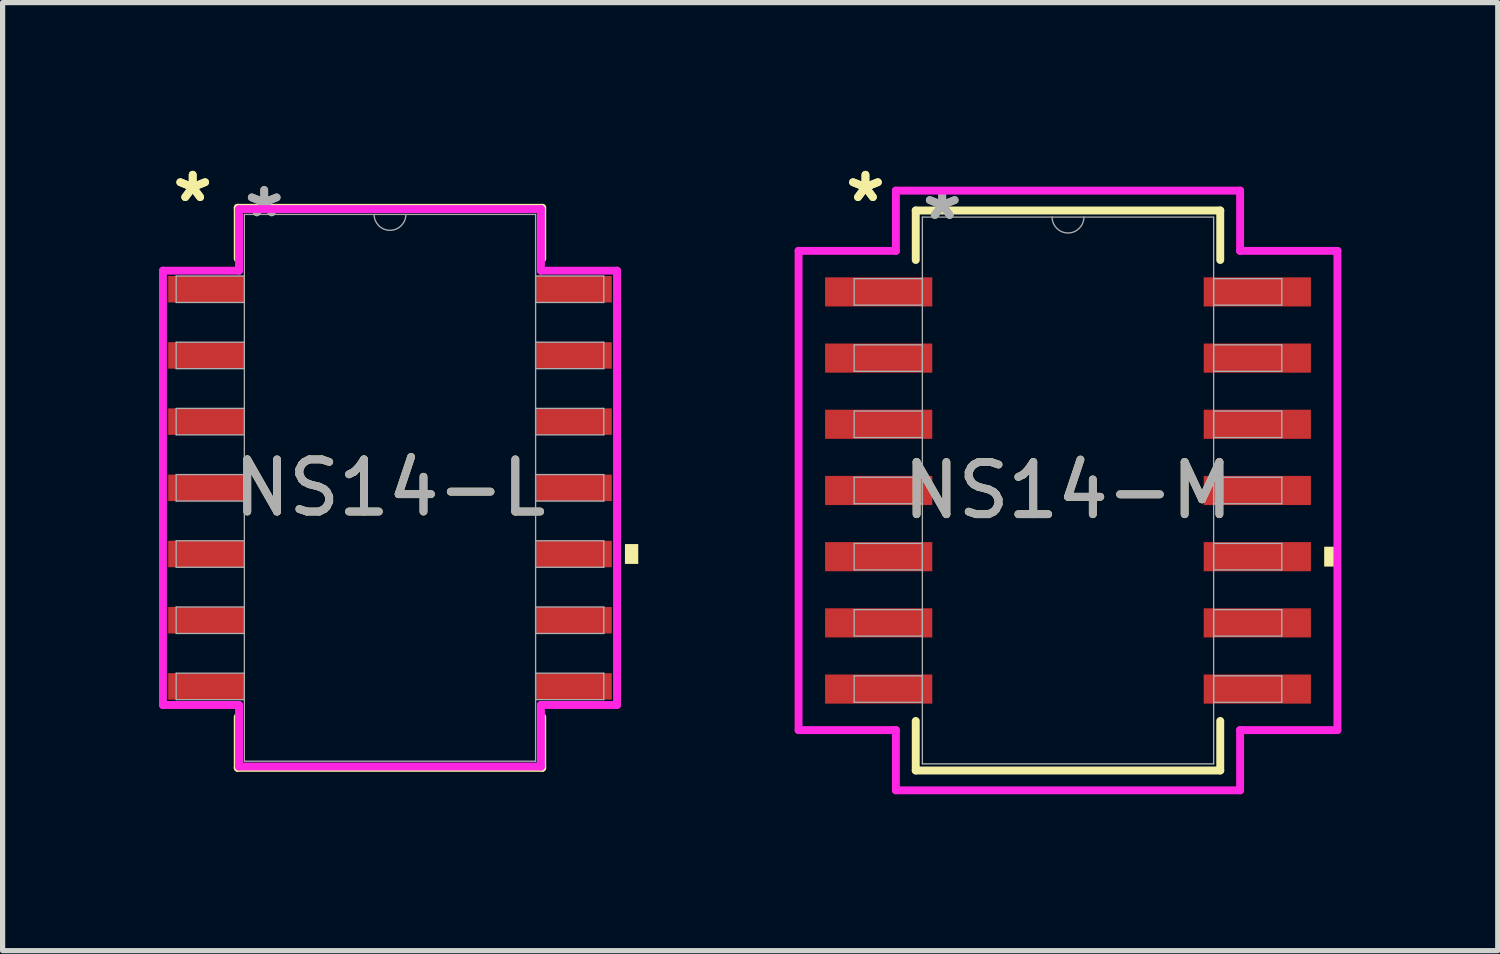
<source format=kicad_pcb>
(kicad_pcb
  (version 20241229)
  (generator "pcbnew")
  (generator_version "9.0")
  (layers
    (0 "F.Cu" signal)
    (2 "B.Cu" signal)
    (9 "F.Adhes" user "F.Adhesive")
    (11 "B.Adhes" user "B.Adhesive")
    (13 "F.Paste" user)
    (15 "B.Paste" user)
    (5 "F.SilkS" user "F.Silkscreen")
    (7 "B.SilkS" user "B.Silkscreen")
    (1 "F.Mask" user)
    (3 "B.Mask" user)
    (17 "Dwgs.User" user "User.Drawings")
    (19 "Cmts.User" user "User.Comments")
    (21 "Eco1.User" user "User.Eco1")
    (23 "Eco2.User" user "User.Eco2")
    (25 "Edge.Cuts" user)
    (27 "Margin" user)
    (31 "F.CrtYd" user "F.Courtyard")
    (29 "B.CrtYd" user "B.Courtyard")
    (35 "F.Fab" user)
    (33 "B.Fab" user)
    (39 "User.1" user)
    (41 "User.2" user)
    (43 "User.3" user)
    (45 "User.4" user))
  (footprint "NS14-M"
    (layer "F.Cu")
    (at 17.44 6.36)
    (property "Reference" "NS14-M" (at 0 0 0) (unlocked yes) (layer "F.SilkS") (effects (font (size 1 1) (thickness 0.15))))
    (attr smd)
    (fp_line (start -2.921 -5.372) (end -2.921 -4.422) (stroke (width 0.152) (type solid)) (layer "F.SilkS"))
    (fp_line (start -2.921 4.422) (end -2.921 5.372) (stroke (width 0.152) (type solid)) (layer "F.SilkS"))
    (fp_line (start -2.921 5.372) (end 2.921 5.372) (stroke (width 0.152) (type solid)) (layer "F.SilkS"))
    (fp_line (start 2.921 -5.372) (end -2.921 -5.372) (stroke (width 0.152) (type solid)) (layer "F.SilkS"))
    (fp_line (start 2.921 -4.422) (end 2.921 -5.372) (stroke (width 0.152) (type solid)) (layer "F.SilkS"))
    (fp_line (start 2.921 5.372) (end 2.921 4.422) (stroke (width 0.152) (type solid)) (layer "F.SilkS"))
    (fp_poly (pts (xy 5.169 1.079) (xy 5.169 1.46) (xy 4.915 1.46) (xy 4.915 1.079)) (stroke (width 0) (type solid)) (fill yes) (layer "F.SilkS"))
    (fp_line (start -5.169 -4.597) (end -3.302 -4.597) (stroke (width 0.152) (type solid)) (layer "F.CrtYd"))
    (fp_line (start -5.169 4.597) (end -5.169 -4.597) (stroke (width 0.152) (type solid)) (layer "F.CrtYd"))
    (fp_line (start -5.169 4.597) (end -3.302 4.597) (stroke (width 0.152) (type solid)) (layer "F.CrtYd"))
    (fp_line (start -3.302 -5.753) (end 3.302 -5.753) (stroke (width 0.152) (type solid)) (layer "F.CrtYd"))
    (fp_line (start -3.302 -4.597) (end -3.302 -5.753) (stroke (width 0.152) (type solid)) (layer "F.CrtYd"))
    (fp_line (start -3.302 5.753) (end -3.302 4.597) (stroke (width 0.152) (type solid)) (layer "F.CrtYd"))
    (fp_line (start 3.302 -5.753) (end 3.302 -4.597) (stroke (width 0.152) (type solid)) (layer "F.CrtYd"))
    (fp_line (start 3.302 4.597) (end 3.302 5.753) (stroke (width 0.152) (type solid)) (layer "F.CrtYd"))
    (fp_line (start 3.302 5.753) (end -3.302 5.753) (stroke (width 0.152) (type solid)) (layer "F.CrtYd"))
    (fp_line (start 5.169 -4.597) (end 3.302 -4.597) (stroke (width 0.152) (type solid)) (layer "F.CrtYd"))
    (fp_line (start 5.169 -4.597) (end 5.169 4.597) (stroke (width 0.152) (type solid)) (layer "F.CrtYd"))
    (fp_line (start 5.169 4.597) (end 3.302 4.597) (stroke (width 0.152) (type solid)) (layer "F.CrtYd"))
    (fp_line (start -4.102 -4.064) (end -4.102 -3.556) (stroke (width 0.025) (type solid)) (layer "F.Fab"))
    (fp_line (start -4.102 -3.556) (end -2.794 -3.556) (stroke (width 0.025) (type solid)) (layer "F.Fab"))
    (fp_line (start -4.102 -2.794) (end -4.102 -2.286) (stroke (width 0.025) (type solid)) (layer "F.Fab"))
    (fp_line (start -4.102 -2.286) (end -2.794 -2.286) (stroke (width 0.025) (type solid)) (layer "F.Fab"))
    (fp_line (start -4.102 -1.524) (end -4.102 -1.016) (stroke (width 0.025) (type solid)) (layer "F.Fab"))
    (fp_line (start -4.102 -1.016) (end -2.794 -1.016) (stroke (width 0.025) (type solid)) (layer "F.Fab"))
    (fp_line (start -4.102 -0.254) (end -4.102 0.254) (stroke (width 0.025) (type solid)) (layer "F.Fab"))
    (fp_line (start -4.102 0.254) (end -2.794 0.254) (stroke (width 0.025) (type solid)) (layer "F.Fab"))
    (fp_line (start -4.102 1.016) (end -4.102 1.524) (stroke (width 0.025) (type solid)) (layer "F.Fab"))
    (fp_line (start -4.102 1.524) (end -2.794 1.524) (stroke (width 0.025) (type solid)) (layer "F.Fab"))
    (fp_line (start -4.102 2.286) (end -4.102 2.794) (stroke (width 0.025) (type solid)) (layer "F.Fab"))
    (fp_line (start -4.102 2.794) (end -2.794 2.794) (stroke (width 0.025) (type solid)) (layer "F.Fab"))
    (fp_line (start -4.102 3.556) (end -4.102 4.064) (stroke (width 0.025) (type solid)) (layer "F.Fab"))
    (fp_line (start -4.102 4.064) (end -2.794 4.064) (stroke (width 0.025) (type solid)) (layer "F.Fab"))
    (fp_line (start -2.794 -5.245) (end -2.794 5.245) (stroke (width 0.025) (type solid)) (layer "F.Fab"))
    (fp_line (start -2.794 -4.064) (end -4.102 -4.064) (stroke (width 0.025) (type solid)) (layer "F.Fab"))
    (fp_line (start -2.794 -3.556) (end -2.794 -4.064) (stroke (width 0.025) (type solid)) (layer "F.Fab"))
    (fp_line (start -2.794 -2.794) (end -4.102 -2.794) (stroke (width 0.025) (type solid)) (layer "F.Fab"))
    (fp_line (start -2.794 -2.286) (end -2.794 -2.794) (stroke (width 0.025) (type solid)) (layer "F.Fab"))
    (fp_line (start -2.794 -1.524) (end -4.102 -1.524) (stroke (width 0.025) (type solid)) (layer "F.Fab"))
    (fp_line (start -2.794 -1.016) (end -2.794 -1.524) (stroke (width 0.025) (type solid)) (layer "F.Fab"))
    (fp_line (start -2.794 -0.254) (end -4.102 -0.254) (stroke (width 0.025) (type solid)) (layer "F.Fab"))
    (fp_line (start -2.794 0.254) (end -2.794 -0.254) (stroke (width 0.025) (type solid)) (layer "F.Fab"))
    (fp_line (start -2.794 1.016) (end -4.102 1.016) (stroke (width 0.025) (type solid)) (layer "F.Fab"))
    (fp_line (start -2.794 1.524) (end -2.794 1.016) (stroke (width 0.025) (type solid)) (layer "F.Fab"))
    (fp_line (start -2.794 2.286) (end -4.102 2.286) (stroke (width 0.025) (type solid)) (layer "F.Fab"))
    (fp_line (start -2.794 2.794) (end -2.794 2.286) (stroke (width 0.025) (type solid)) (layer "F.Fab"))
    (fp_line (start -2.794 3.556) (end -4.102 3.556) (stroke (width 0.025) (type solid)) (layer "F.Fab"))
    (fp_line (start -2.794 4.064) (end -2.794 3.556) (stroke (width 0.025) (type solid)) (layer "F.Fab"))
    (fp_line (start -2.794 5.245) (end 2.794 5.245) (stroke (width 0.025) (type solid)) (layer "F.Fab"))
    (fp_line (start 2.794 -5.245) (end -2.794 -5.245) (stroke (width 0.025) (type solid)) (layer "F.Fab"))
    (fp_line (start 2.794 -4.064) (end 2.794 -3.556) (stroke (width 0.025) (type solid)) (layer "F.Fab"))
    (fp_line (start 2.794 -3.556) (end 4.102 -3.556) (stroke (width 0.025) (type solid)) (layer "F.Fab"))
    (fp_line (start 2.794 -2.794) (end 2.794 -2.286) (stroke (width 0.025) (type solid)) (layer "F.Fab"))
    (fp_line (start 2.794 -2.286) (end 4.102 -2.286) (stroke (width 0.025) (type solid)) (layer "F.Fab"))
    (fp_line (start 2.794 -1.524) (end 2.794 -1.016) (stroke (width 0.025) (type solid)) (layer "F.Fab"))
    (fp_line (start 2.794 -1.016) (end 4.102 -1.016) (stroke (width 0.025) (type solid)) (layer "F.Fab"))
    (fp_line (start 2.794 -0.254) (end 2.794 0.254) (stroke (width 0.025) (type solid)) (layer "F.Fab"))
    (fp_line (start 2.794 0.254) (end 4.102 0.254) (stroke (width 0.025) (type solid)) (layer "F.Fab"))
    (fp_line (start 2.794 1.016) (end 2.794 1.524) (stroke (width 0.025) (type solid)) (layer "F.Fab"))
    (fp_line (start 2.794 1.524) (end 4.102 1.524) (stroke (width 0.025) (type solid)) (layer "F.Fab"))
    (fp_line (start 2.794 2.286) (end 2.794 2.794) (stroke (width 0.025) (type solid)) (layer "F.Fab"))
    (fp_line (start 2.794 2.794) (end 4.102 2.794) (stroke (width 0.025) (type solid)) (layer "F.Fab"))
    (fp_line (start 2.794 3.556) (end 2.794 4.064) (stroke (width 0.025) (type solid)) (layer "F.Fab"))
    (fp_line (start 2.794 4.064) (end 4.102 4.064) (stroke (width 0.025) (type solid)) (layer "F.Fab"))
    (fp_line (start 2.794 5.245) (end 2.794 -5.245) (stroke (width 0.025) (type solid)) (layer "F.Fab"))
    (fp_line (start 4.102 -4.064) (end 2.794 -4.064) (stroke (width 0.025) (type solid)) (layer "F.Fab"))
    (fp_line (start 4.102 -3.556) (end 4.102 -4.064) (stroke (width 0.025) (type solid)) (layer "F.Fab"))
    (fp_line (start 4.102 -2.794) (end 2.794 -2.794) (stroke (width 0.025) (type solid)) (layer "F.Fab"))
    (fp_line (start 4.102 -2.286) (end 4.102 -2.794) (stroke (width 0.025) (type solid)) (layer "F.Fab"))
    (fp_line (start 4.102 -1.524) (end 2.794 -1.524) (stroke (width 0.025) (type solid)) (layer "F.Fab"))
    (fp_line (start 4.102 -1.016) (end 4.102 -1.524) (stroke (width 0.025) (type solid)) (layer "F.Fab"))
    (fp_line (start 4.102 -0.254) (end 2.794 -0.254) (stroke (width 0.025) (type solid)) (layer "F.Fab"))
    (fp_line (start 4.102 0.254) (end 4.102 -0.254) (stroke (width 0.025) (type solid)) (layer "F.Fab"))
    (fp_line (start 4.102 1.016) (end 2.794 1.016) (stroke (width 0.025) (type solid)) (layer "F.Fab"))
    (fp_line (start 4.102 1.524) (end 4.102 1.016) (stroke (width 0.025) (type solid)) (layer "F.Fab"))
    (fp_line (start 4.102 2.286) (end 2.794 2.286) (stroke (width 0.025) (type solid)) (layer "F.Fab"))
    (fp_line (start 4.102 2.794) (end 4.102 2.286) (stroke (width 0.025) (type solid)) (layer "F.Fab"))
    (fp_line (start 4.102 3.556) (end 2.794 3.556) (stroke (width 0.025) (type solid)) (layer "F.Fab"))
    (fp_line (start 4.102 4.064) (end 4.102 3.556) (stroke (width 0.025) (type solid)) (layer "F.Fab"))
    (fp_arc (start 0.3048 -5.2451) (mid 0 -4.9403) (end -0.3048 -5.2451) (stroke (width 0.0254) (type solid)) (layer "F.Fab"))
    (fp_text user "*" (at -3.886 -5.512 0) (layer "F.SilkS") (effects (font (size 1 1) (thickness 0.15))))
    (fp_text user "*" (at -3.886 -5.512 0) (unlocked yes) (layer "F.SilkS") (effects (font (size 1 1) (thickness 0.15))))
    (fp_text user "*" (at -2.413 -5.169 0) (layer "F.Fab") (effects (font (size 1 1) (thickness 0.15))))
    (fp_text user "${REFERENCE}" (at 0 0 0) (unlocked yes) (layer "F.Fab") (effects (font (size 1 1) (thickness 0.15))))
    (fp_text user "*" (at -2.413 -5.169 0) (unlocked yes) (layer "F.Fab") (effects (font (size 1 1) (thickness 0.15))))
    (pad "1" smd rect (at -3.632 -3.81) (size 2.057 0.559) (layers "F.Cu" "F.Mask" "F.Paste"))
    (pad "2" smd rect (at -3.632 -2.54) (size 2.057 0.559) (layers "F.Cu" "F.Mask" "F.Paste"))
    (pad "3" smd rect (at -3.632 -1.27) (size 2.057 0.559) (layers "F.Cu" "F.Mask" "F.Paste"))
    (pad "4" smd rect (at -3.632 0) (size 2.057 0.559) (layers "F.Cu" "F.Mask" "F.Paste"))
    (pad "5" smd rect (at -3.632 1.27) (size 2.057 0.559) (layers "F.Cu" "F.Mask" "F.Paste"))
    (pad "6" smd rect (at -3.632 2.54) (size 2.057 0.559) (layers "F.Cu" "F.Mask" "F.Paste"))
    (pad "7" smd rect (at -3.632 3.81) (size 2.057 0.559) (layers "F.Cu" "F.Mask" "F.Paste"))
    (pad "8" smd rect (at 3.632 3.81) (size 2.057 0.559) (layers "F.Cu" "F.Mask" "F.Paste"))
    (pad "9" smd rect (at 3.632 2.54) (size 2.057 0.559) (layers "F.Cu" "F.Mask" "F.Paste"))
    (pad "10" smd rect (at 3.632 1.27) (size 2.057 0.559) (layers "F.Cu" "F.Mask" "F.Paste"))
    (pad "11" smd rect (at 3.632 0) (size 2.057 0.559) (layers "F.Cu" "F.Mask" "F.Paste"))
    (pad "12" smd rect (at 3.632 -1.27) (size 2.057 0.559) (layers "F.Cu" "F.Mask" "F.Paste"))
    (pad "13" smd rect (at 3.632 -2.54) (size 2.057 0.559) (layers "F.Cu" "F.Mask" "F.Paste"))
    (pad "14" smd rect (at 3.632 -3.81) (size 2.057 0.559) (layers "F.Cu" "F.Mask" "F.Paste")))
  (footprint "NS14-L"
    (layer "F.Cu")
    (at 4.432 6.309)
    (property "Reference" "NS14-L" (at 0 0 0) (unlocked yes) (layer "F.SilkS") (effects (font (size 1 1) (thickness 0.15))))
    (attr smd)
    (fp_line (start -2.921 -5.372) (end -2.921 -4.397) (stroke (width 0.152) (type solid)) (layer "F.SilkS"))
    (fp_line (start -2.921 4.397) (end -2.921 5.372) (stroke (width 0.152) (type solid)) (layer "F.SilkS"))
    (fp_line (start -2.921 5.372) (end 2.921 5.372) (stroke (width 0.152) (type solid)) (layer "F.SilkS"))
    (fp_line (start 2.921 -5.372) (end -2.921 -5.372) (stroke (width 0.152) (type solid)) (layer "F.SilkS"))
    (fp_line (start 2.921 -4.397) (end 2.921 -5.372) (stroke (width 0.152) (type solid)) (layer "F.SilkS"))
    (fp_line (start 2.921 5.372) (end 2.921 4.397) (stroke (width 0.152) (type solid)) (layer "F.SilkS"))
    (fp_poly (pts (xy 4.763 1.079) (xy 4.763 1.46) (xy 4.508 1.46) (xy 4.508 1.079)) (stroke (width 0) (type solid)) (fill yes) (layer "F.SilkS"))
    (fp_line (start -4.356 -4.166) (end -2.896 -4.166) (stroke (width 0.152) (type solid)) (layer "F.CrtYd"))
    (fp_line (start -4.356 4.166) (end -4.356 -4.166) (stroke (width 0.152) (type solid)) (layer "F.CrtYd"))
    (fp_line (start -4.356 4.166) (end -2.896 4.166) (stroke (width 0.152) (type solid)) (layer "F.CrtYd"))
    (fp_line (start -2.896 -5.347) (end 2.896 -5.347) (stroke (width 0.152) (type solid)) (layer "F.CrtYd"))
    (fp_line (start -2.896 -4.166) (end -2.896 -5.347) (stroke (width 0.152) (type solid)) (layer "F.CrtYd"))
    (fp_line (start -2.896 5.347) (end -2.896 4.166) (stroke (width 0.152) (type solid)) (layer "F.CrtYd"))
    (fp_line (start 2.896 -5.347) (end 2.896 -4.166) (stroke (width 0.152) (type solid)) (layer "F.CrtYd"))
    (fp_line (start 2.896 4.166) (end 2.896 5.347) (stroke (width 0.152) (type solid)) (layer "F.CrtYd"))
    (fp_line (start 2.896 5.347) (end -2.896 5.347) (stroke (width 0.152) (type solid)) (layer "F.CrtYd"))
    (fp_line (start 4.356 -4.166) (end 2.896 -4.166) (stroke (width 0.152) (type solid)) (layer "F.CrtYd"))
    (fp_line (start 4.356 -4.166) (end 4.356 4.166) (stroke (width 0.152) (type solid)) (layer "F.CrtYd"))
    (fp_line (start 4.356 4.166) (end 2.896 4.166) (stroke (width 0.152) (type solid)) (layer "F.CrtYd"))
    (fp_line (start -4.102 -4.064) (end -4.102 -3.556) (stroke (width 0.025) (type solid)) (layer "F.Fab"))
    (fp_line (start -4.102 -3.556) (end -2.794 -3.556) (stroke (width 0.025) (type solid)) (layer "F.Fab"))
    (fp_line (start -4.102 -2.794) (end -4.102 -2.286) (stroke (width 0.025) (type solid)) (layer "F.Fab"))
    (fp_line (start -4.102 -2.286) (end -2.794 -2.286) (stroke (width 0.025) (type solid)) (layer "F.Fab"))
    (fp_line (start -4.102 -1.524) (end -4.102 -1.016) (stroke (width 0.025) (type solid)) (layer "F.Fab"))
    (fp_line (start -4.102 -1.016) (end -2.794 -1.016) (stroke (width 0.025) (type solid)) (layer "F.Fab"))
    (fp_line (start -4.102 -0.254) (end -4.102 0.254) (stroke (width 0.025) (type solid)) (layer "F.Fab"))
    (fp_line (start -4.102 0.254) (end -2.794 0.254) (stroke (width 0.025) (type solid)) (layer "F.Fab"))
    (fp_line (start -4.102 1.016) (end -4.102 1.524) (stroke (width 0.025) (type solid)) (layer "F.Fab"))
    (fp_line (start -4.102 1.524) (end -2.794 1.524) (stroke (width 0.025) (type solid)) (layer "F.Fab"))
    (fp_line (start -4.102 2.286) (end -4.102 2.794) (stroke (width 0.025) (type solid)) (layer "F.Fab"))
    (fp_line (start -4.102 2.794) (end -2.794 2.794) (stroke (width 0.025) (type solid)) (layer "F.Fab"))
    (fp_line (start -4.102 3.556) (end -4.102 4.064) (stroke (width 0.025) (type solid)) (layer "F.Fab"))
    (fp_line (start -4.102 4.064) (end -2.794 4.064) (stroke (width 0.025) (type solid)) (layer "F.Fab"))
    (fp_line (start -2.794 -5.245) (end -2.794 5.245) (stroke (width 0.025) (type solid)) (layer "F.Fab"))
    (fp_line (start -2.794 -4.064) (end -4.102 -4.064) (stroke (width 0.025) (type solid)) (layer "F.Fab"))
    (fp_line (start -2.794 -3.556) (end -2.794 -4.064) (stroke (width 0.025) (type solid)) (layer "F.Fab"))
    (fp_line (start -2.794 -2.794) (end -4.102 -2.794) (stroke (width 0.025) (type solid)) (layer "F.Fab"))
    (fp_line (start -2.794 -2.286) (end -2.794 -2.794) (stroke (width 0.025) (type solid)) (layer "F.Fab"))
    (fp_line (start -2.794 -1.524) (end -4.102 -1.524) (stroke (width 0.025) (type solid)) (layer "F.Fab"))
    (fp_line (start -2.794 -1.016) (end -2.794 -1.524) (stroke (width 0.025) (type solid)) (layer "F.Fab"))
    (fp_line (start -2.794 -0.254) (end -4.102 -0.254) (stroke (width 0.025) (type solid)) (layer "F.Fab"))
    (fp_line (start -2.794 0.254) (end -2.794 -0.254) (stroke (width 0.025) (type solid)) (layer "F.Fab"))
    (fp_line (start -2.794 1.016) (end -4.102 1.016) (stroke (width 0.025) (type solid)) (layer "F.Fab"))
    (fp_line (start -2.794 1.524) (end -2.794 1.016) (stroke (width 0.025) (type solid)) (layer "F.Fab"))
    (fp_line (start -2.794 2.286) (end -4.102 2.286) (stroke (width 0.025) (type solid)) (layer "F.Fab"))
    (fp_line (start -2.794 2.794) (end -2.794 2.286) (stroke (width 0.025) (type solid)) (layer "F.Fab"))
    (fp_line (start -2.794 3.556) (end -4.102 3.556) (stroke (width 0.025) (type solid)) (layer "F.Fab"))
    (fp_line (start -2.794 4.064) (end -2.794 3.556) (stroke (width 0.025) (type solid)) (layer "F.Fab"))
    (fp_line (start -2.794 5.245) (end 2.794 5.245) (stroke (width 0.025) (type solid)) (layer "F.Fab"))
    (fp_line (start 2.794 -5.245) (end -2.794 -5.245) (stroke (width 0.025) (type solid)) (layer "F.Fab"))
    (fp_line (start 2.794 -4.064) (end 2.794 -3.556) (stroke (width 0.025) (type solid)) (layer "F.Fab"))
    (fp_line (start 2.794 -3.556) (end 4.102 -3.556) (stroke (width 0.025) (type solid)) (layer "F.Fab"))
    (fp_line (start 2.794 -2.794) (end 2.794 -2.286) (stroke (width 0.025) (type solid)) (layer "F.Fab"))
    (fp_line (start 2.794 -2.286) (end 4.102 -2.286) (stroke (width 0.025) (type solid)) (layer "F.Fab"))
    (fp_line (start 2.794 -1.524) (end 2.794 -1.016) (stroke (width 0.025) (type solid)) (layer "F.Fab"))
    (fp_line (start 2.794 -1.016) (end 4.102 -1.016) (stroke (width 0.025) (type solid)) (layer "F.Fab"))
    (fp_line (start 2.794 -0.254) (end 2.794 0.254) (stroke (width 0.025) (type solid)) (layer "F.Fab"))
    (fp_line (start 2.794 0.254) (end 4.102 0.254) (stroke (width 0.025) (type solid)) (layer "F.Fab"))
    (fp_line (start 2.794 1.016) (end 2.794 1.524) (stroke (width 0.025) (type solid)) (layer "F.Fab"))
    (fp_line (start 2.794 1.524) (end 4.102 1.524) (stroke (width 0.025) (type solid)) (layer "F.Fab"))
    (fp_line (start 2.794 2.286) (end 2.794 2.794) (stroke (width 0.025) (type solid)) (layer "F.Fab"))
    (fp_line (start 2.794 2.794) (end 4.102 2.794) (stroke (width 0.025) (type solid)) (layer "F.Fab"))
    (fp_line (start 2.794 3.556) (end 2.794 4.064) (stroke (width 0.025) (type solid)) (layer "F.Fab"))
    (fp_line (start 2.794 4.064) (end 4.102 4.064) (stroke (width 0.025) (type solid)) (layer "F.Fab"))
    (fp_line (start 2.794 5.245) (end 2.794 -5.245) (stroke (width 0.025) (type solid)) (layer "F.Fab"))
    (fp_line (start 4.102 -4.064) (end 2.794 -4.064) (stroke (width 0.025) (type solid)) (layer "F.Fab"))
    (fp_line (start 4.102 -3.556) (end 4.102 -4.064) (stroke (width 0.025) (type solid)) (layer "F.Fab"))
    (fp_line (start 4.102 -2.794) (end 2.794 -2.794) (stroke (width 0.025) (type solid)) (layer "F.Fab"))
    (fp_line (start 4.102 -2.286) (end 4.102 -2.794) (stroke (width 0.025) (type solid)) (layer "F.Fab"))
    (fp_line (start 4.102 -1.524) (end 2.794 -1.524) (stroke (width 0.025) (type solid)) (layer "F.Fab"))
    (fp_line (start 4.102 -1.016) (end 4.102 -1.524) (stroke (width 0.025) (type solid)) (layer "F.Fab"))
    (fp_line (start 4.102 -0.254) (end 2.794 -0.254) (stroke (width 0.025) (type solid)) (layer "F.Fab"))
    (fp_line (start 4.102 0.254) (end 4.102 -0.254) (stroke (width 0.025) (type solid)) (layer "F.Fab"))
    (fp_line (start 4.102 1.016) (end 2.794 1.016) (stroke (width 0.025) (type solid)) (layer "F.Fab"))
    (fp_line (start 4.102 1.524) (end 4.102 1.016) (stroke (width 0.025) (type solid)) (layer "F.Fab"))
    (fp_line (start 4.102 2.286) (end 2.794 2.286) (stroke (width 0.025) (type solid)) (layer "F.Fab"))
    (fp_line (start 4.102 2.794) (end 4.102 2.286) (stroke (width 0.025) (type solid)) (layer "F.Fab"))
    (fp_line (start 4.102 3.556) (end 2.794 3.556) (stroke (width 0.025) (type solid)) (layer "F.Fab"))
    (fp_line (start 4.102 4.064) (end 4.102 3.556) (stroke (width 0.025) (type solid)) (layer "F.Fab"))
    (fp_arc (start 0.3048 -5.2451) (mid 0 -4.9403) (end -0.3048 -5.2451) (stroke (width 0.0254) (type solid)) (layer "F.Fab"))
    (fp_text user "*" (at -3.785 -5.461 0) (unlocked yes) (layer "F.SilkS") (effects (font (size 1 1) (thickness 0.15))))
    (fp_text user "*" (at -3.785 -5.461 0) (layer "F.SilkS") (effects (font (size 1 1) (thickness 0.15))))
    (fp_text user "*" (at -2.413 -5.169 0) (layer "F.Fab") (effects (font (size 1 1) (thickness 0.15))))
    (fp_text user "${REFERENCE}" (at 0 0 0) (unlocked yes) (layer "F.Fab") (effects (font (size 1 1) (thickness 0.15))))
    (fp_text user "*" (at -2.413 -5.169 0) (unlocked yes) (layer "F.Fab") (effects (font (size 1 1) (thickness 0.15))))
    (pad "1" smd rect (at -3.531 -3.81) (size 1.448 0.508) (layers "F.Cu" "F.Mask" "F.Paste"))
    (pad "2" smd rect (at -3.531 -2.54) (size 1.448 0.508) (layers "F.Cu" "F.Mask" "F.Paste"))
    (pad "3" smd rect (at -3.531 -1.27) (size 1.448 0.508) (layers "F.Cu" "F.Mask" "F.Paste"))
    (pad "4" smd rect (at -3.531 0) (size 1.448 0.508) (layers "F.Cu" "F.Mask" "F.Paste"))
    (pad "5" smd rect (at -3.531 1.27) (size 1.448 0.508) (layers "F.Cu" "F.Mask" "F.Paste"))
    (pad "6" smd rect (at -3.531 2.54) (size 1.448 0.508) (layers "F.Cu" "F.Mask" "F.Paste"))
    (pad "7" smd rect (at -3.531 3.81) (size 1.448 0.508) (layers "F.Cu" "F.Mask" "F.Paste"))
    (pad "8" smd rect (at 3.531 3.81) (size 1.448 0.508) (layers "F.Cu" "F.Mask" "F.Paste"))
    (pad "9" smd rect (at 3.531 2.54) (size 1.448 0.508) (layers "F.Cu" "F.Mask" "F.Paste"))
    (pad "10" smd rect (at 3.531 1.27) (size 1.448 0.508) (layers "F.Cu" "F.Mask" "F.Paste"))
    (pad "11" smd rect (at 3.531 0) (size 1.448 0.508) (layers "F.Cu" "F.Mask" "F.Paste"))
    (pad "12" smd rect (at 3.531 -1.27) (size 1.448 0.508) (layers "F.Cu" "F.Mask" "F.Paste"))
    (pad "13" smd rect (at 3.531 -2.54) (size 1.448 0.508) (layers "F.Cu" "F.Mask" "F.Paste"))
    (pad "14" smd rect (at 3.531 -3.81) (size 1.448 0.508) (layers "F.Cu" "F.Mask" "F.Paste")))
  (gr_rect
    (start -3 -3)
    (end 25.685 15.189)
    (stroke (width 0.1) (type default))
    (fill no)
    (layer "Edge.Cuts")))
</source>
